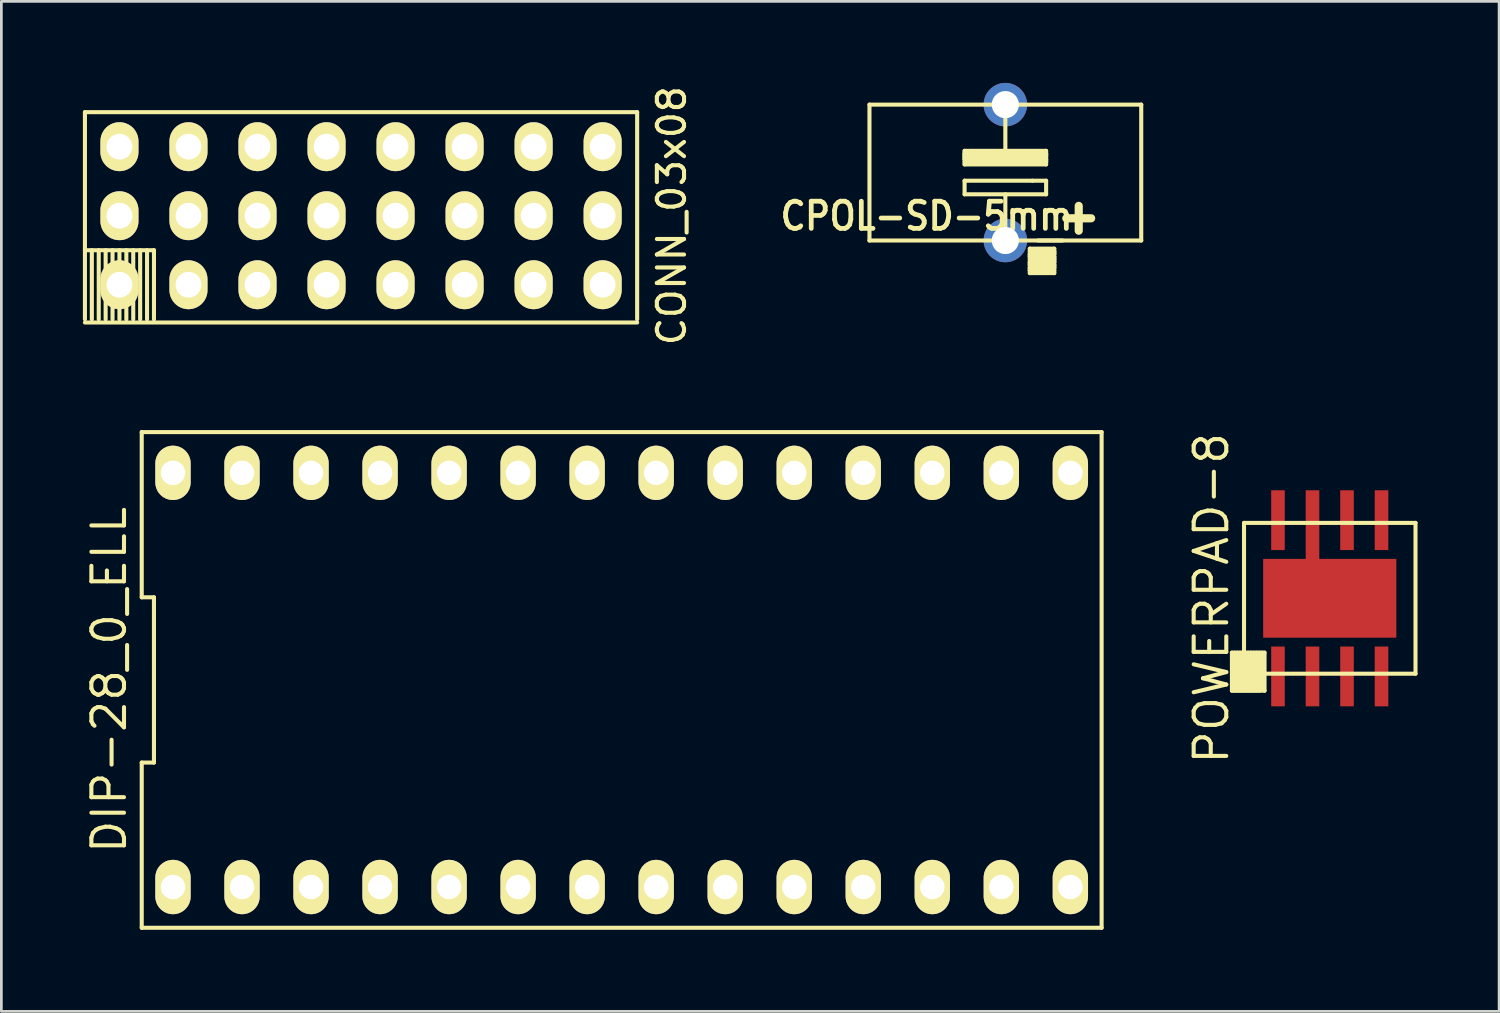
<source format=kicad_pcb>
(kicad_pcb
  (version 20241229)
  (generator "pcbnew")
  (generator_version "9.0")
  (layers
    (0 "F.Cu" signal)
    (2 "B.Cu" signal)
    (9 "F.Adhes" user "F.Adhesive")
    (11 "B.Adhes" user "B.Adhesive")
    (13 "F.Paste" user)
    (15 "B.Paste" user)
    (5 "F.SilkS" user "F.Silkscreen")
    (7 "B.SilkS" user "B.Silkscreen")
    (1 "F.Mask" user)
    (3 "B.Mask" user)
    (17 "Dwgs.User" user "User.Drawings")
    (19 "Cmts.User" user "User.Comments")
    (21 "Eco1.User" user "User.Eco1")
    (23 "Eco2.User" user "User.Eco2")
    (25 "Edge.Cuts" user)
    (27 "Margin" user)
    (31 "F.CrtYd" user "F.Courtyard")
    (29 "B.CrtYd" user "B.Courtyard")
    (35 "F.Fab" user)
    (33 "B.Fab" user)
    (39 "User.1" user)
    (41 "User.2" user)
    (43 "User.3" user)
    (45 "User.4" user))
  (footprint "DIP-28_0_ELL"
    (layer "F.Cu")
    (at 19.825 21.969)
    (property "Reference" "DIP-28_0_ELL" (at -18.86 0 90) (layer "F.SilkS") (effects (font (size 1.2 1.2) (thickness 0.15))))
    (attr through_hole)
    (fp_line (start -17.66 -9.12) (end -17.66 -3.04) (stroke (width 0.15) (type solid)) (layer "F.SilkS"))
    (fp_line (start -17.66 -3.04) (end -17.21 -3.04) (stroke (width 0.15) (type solid)) (layer "F.SilkS"))
    (fp_line (start -17.66 3.04) (end -17.66 9.12) (stroke (width 0.15) (type solid)) (layer "F.SilkS"))
    (fp_line (start -17.66 9.12) (end 17.66 9.12) (stroke (width 0.15) (type solid)) (layer "F.SilkS"))
    (fp_line (start -17.21 -3.04) (end -17.21 3.04) (stroke (width 0.15) (type solid)) (layer "F.SilkS"))
    (fp_line (start -17.21 3.04) (end -17.66 3.04) (stroke (width 0.15) (type solid)) (layer "F.SilkS"))
    (fp_line (start 17.66 -9.12) (end -17.66 -9.12) (stroke (width 0.15) (type solid)) (layer "F.SilkS"))
    (fp_line (start 17.66 9.12) (end 17.66 -9.12) (stroke (width 0.15) (type solid)) (layer "F.SilkS"))
    (pad "1" thru_hole oval (at -16.51 7.62) (size 1.3 2) (drill 0.9) (layers "*.Cu" "*.Mask" "F.SilkS"))
    (pad "2" thru_hole oval (at -13.97 7.62) (size 1.3 2) (drill 0.9) (layers "*.Cu" "*.Mask" "F.SilkS"))
    (pad "3" thru_hole oval (at -11.43 7.62) (size 1.3 2) (drill 0.9) (layers "*.Cu" "*.Mask" "F.SilkS"))
    (pad "4" thru_hole oval (at -8.89 7.62) (size 1.3 2) (drill 0.9) (layers "*.Cu" "*.Mask" "F.SilkS"))
    (pad "5" thru_hole oval (at -6.35 7.62) (size 1.3 2) (drill 0.9) (layers "*.Cu" "*.Mask" "F.SilkS"))
    (pad "6" thru_hole oval (at -3.81 7.62) (size 1.3 2) (drill 0.9) (layers "*.Cu" "*.Mask" "F.SilkS"))
    (pad "7" thru_hole oval (at -1.27 7.62) (size 1.3 2) (drill 0.9) (layers "*.Cu" "*.Mask" "F.SilkS"))
    (pad "8" thru_hole oval (at 1.27 7.62) (size 1.3 2) (drill 0.9) (layers "*.Cu" "*.Mask" "F.SilkS"))
    (pad "9" thru_hole oval (at 3.81 7.62) (size 1.3 2) (drill 0.9) (layers "*.Cu" "*.Mask" "F.SilkS"))
    (pad "10" thru_hole oval (at 6.35 7.62) (size 1.3 2) (drill 0.9) (layers "*.Cu" "*.Mask" "F.SilkS"))
    (pad "11" thru_hole oval (at 8.89 7.62) (size 1.3 2) (drill 0.9) (layers "*.Cu" "*.Mask" "F.SilkS"))
    (pad "12" thru_hole oval (at 11.43 7.62) (size 1.3 2) (drill 0.9) (layers "*.Cu" "*.Mask" "F.SilkS"))
    (pad "13" thru_hole oval (at 13.97 7.62) (size 1.3 2) (drill 0.9) (layers "*.Cu" "*.Mask" "F.SilkS"))
    (pad "14" thru_hole oval (at 16.51 7.62) (size 1.3 2) (drill 0.9) (layers "*.Cu" "*.Mask" "F.SilkS"))
    (pad "15" thru_hole oval (at 16.51 -7.62) (size 1.3 2) (drill 0.9) (layers "*.Cu" "*.Mask" "F.SilkS"))
    (pad "16" thru_hole oval (at 13.97 -7.62) (size 1.3 2) (drill 0.9) (layers "*.Cu" "*.Mask" "F.SilkS"))
    (pad "17" thru_hole oval (at 11.43 -7.62) (size 1.3 2) (drill 0.9) (layers "*.Cu" "*.Mask" "F.SilkS"))
    (pad "18" thru_hole oval (at 8.89 -7.62) (size 1.3 2) (drill 0.9) (layers "*.Cu" "*.Mask" "F.SilkS"))
    (pad "19" thru_hole oval (at 6.35 -7.62) (size 1.3 2) (drill 0.9) (layers "*.Cu" "*.Mask" "F.SilkS"))
    (pad "20" thru_hole oval (at 3.81 -7.62) (size 1.3 2) (drill 0.9) (layers "*.Cu" "*.Mask" "F.SilkS"))
    (pad "21" thru_hole oval (at 1.27 -7.62) (size 1.3 2) (drill 0.9) (layers "*.Cu" "*.Mask" "F.SilkS"))
    (pad "22" thru_hole oval (at -1.27 -7.62) (size 1.3 2) (drill 0.9) (layers "*.Cu" "*.Mask" "F.SilkS"))
    (pad "23" thru_hole oval (at -3.81 -7.62) (size 1.3 2) (drill 0.9) (layers "*.Cu" "*.Mask" "F.SilkS"))
    (pad "24" thru_hole oval (at -6.35 -7.62) (size 1.3 2) (drill 0.9) (layers "*.Cu" "*.Mask" "F.SilkS"))
    (pad "25" thru_hole oval (at -8.89 -7.62) (size 1.3 2) (drill 0.9) (layers "*.Cu" "*.Mask" "F.SilkS"))
    (pad "26" thru_hole oval (at -11.43 -7.62) (size 1.3 2) (drill 0.9) (layers "*.Cu" "*.Mask" "F.SilkS"))
    (pad "27" thru_hole oval (at -13.97 -7.62) (size 1.3 2) (drill 0.9) (layers "*.Cu" "*.Mask" "F.SilkS"))
    (pad "28" thru_hole oval (at -16.51 -7.62) (size 1.3 2) (drill 0.9) (layers "*.Cu" "*.Mask" "F.SilkS")))
  (footprint "POWERPAD-8"
    (layer "F.Cu")
    (at 45.88 18.965)
    (property "Reference" "POWERPAD-8" (at -4.355 0 90) (layer "F.SilkS") (effects (font (size 1.2 1.2) (thickness 0.15))))
    (attr through_hole)
    (fp_line (start -3.6 2) (end -3.6 3.4) (stroke (width 0.15) (type solid)) (layer "F.SilkS"))
    (fp_line (start -3.6 3.4) (end -2.4 3.4) (stroke (width 0.15) (type solid)) (layer "F.SilkS"))
    (fp_line (start -3.5 2) (end -3.5 3.4) (stroke (width 0.15) (type solid)) (layer "F.SilkS"))
    (fp_line (start -3.4 2) (end -3.4 3.4) (stroke (width 0.15) (type solid)) (layer "F.SilkS"))
    (fp_line (start -3.3 2) (end -3.3 3.4) (stroke (width 0.15) (type solid)) (layer "F.SilkS"))
    (fp_line (start -3.2 2) (end -3.2 3.4) (stroke (width 0.15) (type solid)) (layer "F.SilkS"))
    (fp_line (start -3.155 -2.775) (end -3.155 2.775) (stroke (width 0.15) (type solid)) (layer "F.SilkS"))
    (fp_line (start -3.155 2.775) (end 3.155 2.775) (stroke (width 0.15) (type solid)) (layer "F.SilkS"))
    (fp_line (start -3.1 2) (end -3.1 3.4) (stroke (width 0.15) (type solid)) (layer "F.SilkS"))
    (fp_line (start -3 2) (end -3 3.4) (stroke (width 0.15) (type solid)) (layer "F.SilkS"))
    (fp_line (start -2.9 2) (end -2.9 3.4) (stroke (width 0.15) (type solid)) (layer "F.SilkS"))
    (fp_line (start -2.8 2) (end -2.8 3.4) (stroke (width 0.15) (type solid)) (layer "F.SilkS"))
    (fp_line (start -2.7 2) (end -2.7 3.4) (stroke (width 0.15) (type solid)) (layer "F.SilkS"))
    (fp_line (start -2.6 2) (end -2.6 3.4) (stroke (width 0.15) (type solid)) (layer "F.SilkS"))
    (fp_line (start -2.5 2) (end -2.5 3.3) (stroke (width 0.15) (type solid)) (layer "F.SilkS"))
    (fp_line (start -2.4 2) (end -3.6 2) (stroke (width 0.15) (type solid)) (layer "F.SilkS"))
    (fp_line (start -2.4 3.4) (end -2.4 2) (stroke (width 0.15) (type solid)) (layer "F.SilkS"))
    (fp_line (start 3.155 -2.775) (end -3.155 -2.775) (stroke (width 0.15) (type solid)) (layer "F.SilkS"))
    (fp_line (start 3.155 2.775) (end 3.155 -2.775) (stroke (width 0.15) (type solid)) (layer "F.SilkS"))
    (pad "1" smd rect (at -1.905 2.875) (size 0.5 2.2) (layers "F.Cu" "F.Mask" "F.Paste"))
    (pad "2" smd rect (at -0.635 2.875) (size 0.5 2.2) (layers "F.Cu" "F.Mask" "F.Paste"))
    (pad "3" smd rect (at 0.635 2.875) (size 0.5 2.2) (layers "F.Cu" "F.Mask" "F.Paste"))
    (pad "4" smd rect (at 1.905 2.875) (size 0.5 2.2) (layers "F.Cu" "F.Mask" "F.Paste"))
    (pad "5" smd rect (at 1.905 -2.875) (size 0.5 2.2) (layers "F.Cu" "F.Mask" "F.Paste"))
    (pad "6" smd rect (at 0.635 -2.875) (size 0.5 2.2) (layers "F.Cu" "F.Mask" "F.Paste"))
    (pad "7" smd rect (at -0.635 -2.7) (size 0.5 2.55) (layers "F.Cu" "F.Mask" "F.Paste"))
    (pad "7" smd rect (at 0 0) (size 3.1 2.4) (layers "F.Cu" "F.Paste"))
    (pad "7" smd rect (at 0 0) (size 4.9 2.9) (layers "F.Cu" "F.Mask"))
    (pad "8" smd rect (at -1.905 -2.875) (size 0.5 2.2) (layers "F.Cu" "F.Mask" "F.Paste")))
  (footprint "CONN_03x08"
    (layer "F.Cu")
    (at 11.505 4.887)
    (property "Reference" "CONN_03x08" (at 10.16 0 90) (layer "F.SilkS") (effects (font (size 1 1) (thickness 0.15))))
    (attr through_hole)
    (fp_line (start -11.43 -3.81) (end 8.89 -3.81) (stroke (width 0.15) (type solid)) (layer "F.SilkS"))
    (fp_line (start -11.43 1.27) (end -8.89 1.27) (stroke (width 0.15) (type solid)) (layer "F.SilkS"))
    (fp_line (start -11.43 3.81) (end -11.43 -3.81) (stroke (width 0.15) (type solid)) (layer "F.SilkS"))
    (fp_line (start -11.176 1.27) (end -11.176 3.81) (stroke (width 0.15) (type solid)) (layer "F.SilkS"))
    (fp_line (start -10.922 1.27) (end -10.922 3.81) (stroke (width 0.15) (type solid)) (layer "F.SilkS"))
    (fp_line (start -10.668 1.27) (end -10.668 3.81) (stroke (width 0.15) (type solid)) (layer "F.SilkS"))
    (fp_line (start -10.414 1.27) (end -10.414 3.81) (stroke (width 0.15) (type solid)) (layer "F.SilkS"))
    (fp_line (start -10.16 1.27) (end -10.16 3.81) (stroke (width 0.15) (type solid)) (layer "F.SilkS"))
    (fp_line (start -9.906 1.27) (end -9.906 3.81) (stroke (width 0.15) (type solid)) (layer "F.SilkS"))
    (fp_line (start -9.652 1.27) (end -9.652 3.81) (stroke (width 0.15) (type solid)) (layer "F.SilkS"))
    (fp_line (start -9.398 1.27) (end -9.398 3.81) (stroke (width 0.15) (type solid)) (layer "F.SilkS"))
    (fp_line (start -9.144 1.27) (end -9.144 3.81) (stroke (width 0.15) (type solid)) (layer "F.SilkS"))
    (fp_line (start -8.89 1.27) (end -8.89 3.81) (stroke (width 0.15) (type solid)) (layer "F.SilkS"))
    (fp_line (start 8.89 -3.81) (end 8.89 3.81) (stroke (width 0.15) (type solid)) (layer "F.SilkS"))
    (fp_line (start 8.89 3.93) (end -11.43 3.93) (stroke (width 0.15) (type solid)) (layer "F.SilkS"))
    (pad "1" thru_hole oval (at -10.16 2.54) (size 1.4 1.8) (drill 0.95) (layers "*.Cu" "*.Mask" "F.SilkS"))
    (pad "2" thru_hole oval (at -7.62 2.54) (size 1.4 1.8) (drill 0.95) (layers "*.Cu" "*.Mask" "F.SilkS"))
    (pad "3" thru_hole oval (at -5.08 2.54) (size 1.4 1.8) (drill 0.95) (layers "*.Cu" "*.Mask" "F.SilkS"))
    (pad "4" thru_hole oval (at -2.54 2.54) (size 1.4 1.8) (drill 0.95) (layers "*.Cu" "*.Mask" "F.SilkS"))
    (pad "5" thru_hole oval (at 0 2.54) (size 1.4 1.8) (drill 0.95) (layers "*.Cu" "*.Mask" "F.SilkS"))
    (pad "6" thru_hole oval (at 2.54 2.54) (size 1.4 1.8) (drill 0.95) (layers "*.Cu" "*.Mask" "F.SilkS"))
    (pad "7" thru_hole oval (at 5.08 2.54) (size 1.4 1.8) (drill 0.95) (layers "*.Cu" "*.Mask" "F.SilkS"))
    (pad "8" thru_hole oval (at 7.62 2.54) (size 1.4 1.8) (drill 0.95) (layers "*.Cu" "*.Mask" "F.SilkS"))
    (pad "9" thru_hole oval (at -10.16 0) (size 1.4 1.8) (drill 0.95) (layers "*.Cu" "*.Mask" "F.SilkS"))
    (pad "10" thru_hole oval (at -7.62 0) (size 1.4 1.8) (drill 0.95) (layers "*.Cu" "*.Mask" "F.SilkS"))
    (pad "11" thru_hole oval (at -5.08 0) (size 1.4 1.8) (drill 0.95) (layers "*.Cu" "*.Mask" "F.SilkS"))
    (pad "12" thru_hole oval (at -2.54 0) (size 1.4 1.8) (drill 0.95) (layers "*.Cu" "*.Mask" "F.SilkS"))
    (pad "13" thru_hole oval (at 0 0) (size 1.4 1.8) (drill 0.95) (layers "*.Cu" "*.Mask" "F.SilkS"))
    (pad "14" thru_hole oval (at 2.54 0) (size 1.4 1.8) (drill 0.95) (layers "*.Cu" "*.Mask" "F.SilkS"))
    (pad "15" thru_hole oval (at 5.08 0) (size 1.4 1.8) (drill 0.95) (layers "*.Cu" "*.Mask" "F.SilkS"))
    (pad "16" thru_hole oval (at 7.62 0) (size 1.4 1.8) (drill 0.95) (layers "*.Cu" "*.Mask" "F.SilkS"))
    (pad "17" thru_hole oval (at -10.16 -2.54) (size 1.4 1.8) (drill 0.95) (layers "*.Cu" "*.Mask" "F.SilkS"))
    (pad "18" thru_hole oval (at -7.62 -2.54) (size 1.4 1.8) (drill 0.95) (layers "*.Cu" "*.Mask" "F.SilkS"))
    (pad "19" thru_hole oval (at -5.08 -2.54) (size 1.4 1.8) (drill 0.95) (layers "*.Cu" "*.Mask" "F.SilkS"))
    (pad "20" thru_hole oval (at -2.54 -2.54) (size 1.4 1.8) (drill 0.95) (layers "*.Cu" "*.Mask" "F.SilkS"))
    (pad "21" thru_hole oval (at 0 -2.54) (size 1.4 1.8) (drill 0.95) (layers "*.Cu" "*.Mask" "F.SilkS"))
    (pad "22" thru_hole oval (at 2.54 -2.54) (size 1.4 1.8) (drill 0.95) (layers "*.Cu" "*.Mask" "F.SilkS"))
    (pad "23" thru_hole oval (at 5.08 -2.54) (size 1.4 1.8) (drill 0.95) (layers "*.Cu" "*.Mask" "F.SilkS"))
    (pad "24" thru_hole oval (at 7.62 -2.54) (size 1.4 1.8) (drill 0.95) (layers "*.Cu" "*.Mask" "F.SilkS")))
  (footprint "CPOL-SD-5mm"
    (layer "F.Cu")
    (at 33.943 3.3)
    (property "Reference" "CPOL-SD-5mm" (at -2.9 1.6 0) (layer "F.SilkS") (effects (font (size 1 0.9) (thickness 0.175))))
    (attr through_hole)
    (fp_line (start -5 -2.5) (end 5 -2.5) (stroke (width 0.15) (type solid)) (layer "F.SilkS"))
    (fp_line (start -5 2.5) (end -5 -2.5) (stroke (width 0.15) (type solid)) (layer "F.SilkS"))
    (fp_line (start -1.5 -0.8) (end -1.5 -0.3) (stroke (width 0.15) (type solid)) (layer "F.SilkS"))
    (fp_line (start -1.5 -0.7) (end 1.5 -0.7) (stroke (width 0.15) (type solid)) (layer "F.SilkS"))
    (fp_line (start -1.5 -0.5) (end -1.5 -0.7) (stroke (width 0.15) (type solid)) (layer "F.SilkS"))
    (fp_line (start -1.5 -0.4) (end 1.5 -0.4) (stroke (width 0.15) (type solid)) (layer "F.SilkS"))
    (fp_line (start -1.5 -0.3) (end 1.5 -0.3) (stroke (width 0.15) (type solid)) (layer "F.SilkS"))
    (fp_line (start -1.5 0.3) (end -1.5 0.8) (stroke (width 0.15) (type solid)) (layer "F.SilkS"))
    (fp_line (start -1.5 0.8) (end 1.5 0.8) (stroke (width 0.15) (type solid)) (layer "F.SilkS"))
    (fp_line (start 0 -0.8) (end 0 -2) (stroke (width 0.15) (type solid)) (layer "F.SilkS"))
    (fp_line (start 0 0.8) (end 0 2) (stroke (width 0.15) (type solid)) (layer "F.SilkS"))
    (fp_line (start 0.9 2.8) (end 0.9 3.7) (stroke (width 0.15) (type solid)) (layer "F.SilkS"))
    (fp_line (start 0.9 2.8) (end 1.8 2.8) (stroke (width 0.15) (type solid)) (layer "F.SilkS"))
    (fp_line (start 0.9 2.9) (end 1.8 2.9) (stroke (width 0.15) (type solid)) (layer "F.SilkS"))
    (fp_line (start 0.9 3) (end 0.9 3.1) (stroke (width 0.15) (type solid)) (layer "F.SilkS"))
    (fp_line (start 0.9 3.1) (end 1.8 3.1) (stroke (width 0.15) (type solid)) (layer "F.SilkS"))
    (fp_line (start 0.9 3.3) (end 0.9 3.4) (stroke (width 0.15) (type solid)) (layer "F.SilkS"))
    (fp_line (start 0.9 3.4) (end 1.8 3.4) (stroke (width 0.15) (type solid)) (layer "F.SilkS"))
    (fp_line (start 0.9 3.5) (end 0.9 3.6) (stroke (width 0.15) (type solid)) (layer "F.SilkS"))
    (fp_line (start 0.9 3.6) (end 1.8 3.6) (stroke (width 0.15) (type solid)) (layer "F.SilkS"))
    (fp_line (start 0.9 3.7) (end 1.8 3.7) (stroke (width 0.15) (type solid)) (layer "F.SilkS"))
    (fp_line (start 1 0.3) (end -1.5 0.3) (stroke (width 0.15) (type solid)) (layer "F.SilkS"))
    (fp_line (start 1 0.3) (end 1.5 0.3) (stroke (width 0.15) (type solid)) (layer "F.SilkS"))
    (fp_line (start 1.5 -0.8) (end -1.5 -0.8) (stroke (width 0.15) (type solid)) (layer "F.SilkS"))
    (fp_line (start 1.5 -0.7) (end 1.5 -0.6) (stroke (width 0.15) (type solid)) (layer "F.SilkS"))
    (fp_line (start 1.5 -0.6) (end -1.5 -0.6) (stroke (width 0.15) (type solid)) (layer "F.SilkS"))
    (fp_line (start 1.5 -0.5) (end -1.5 -0.5) (stroke (width 0.15) (type solid)) (layer "F.SilkS"))
    (fp_line (start 1.5 -0.4) (end 1.5 -0.5) (stroke (width 0.15) (type solid)) (layer "F.SilkS"))
    (fp_line (start 1.5 -0.3) (end 1.5 -0.8) (stroke (width 0.15) (type solid)) (layer "F.SilkS"))
    (fp_line (start 1.5 0.3) (end 1.5 0.8) (stroke (width 0.15) (type solid)) (layer "F.SilkS"))
    (fp_line (start 1.8 2.9) (end 1.8 3) (stroke (width 0.15) (type solid)) (layer "F.SilkS"))
    (fp_line (start 1.8 3) (end 0.9 3) (stroke (width 0.15) (type solid)) (layer "F.SilkS"))
    (fp_line (start 1.8 3.1) (end 1.8 3.3) (stroke (width 0.15) (type solid)) (layer "F.SilkS"))
    (fp_line (start 1.8 3.2) (end 0.9 3.2) (stroke (width 0.15) (type solid)) (layer "F.SilkS"))
    (fp_line (start 1.8 3.3) (end 0.9 3.3) (stroke (width 0.15) (type solid)) (layer "F.SilkS"))
    (fp_line (start 1.8 3.4) (end 1.8 3.5) (stroke (width 0.15) (type solid)) (layer "F.SilkS"))
    (fp_line (start 1.8 3.5) (end 0.9 3.5) (stroke (width 0.15) (type solid)) (layer "F.SilkS"))
    (fp_line (start 1.8 3.7) (end 1.8 2.8) (stroke (width 0.15) (type solid)) (layer "F.SilkS"))
    (fp_line (start 2.1 2.5) (end 1.2 2.5) (stroke (width 0.15) (type solid)) (layer "F.SilkS"))
    (fp_line (start 5 -2.5) (end 5 2.5) (stroke (width 0.15) (type solid)) (layer "F.SilkS"))
    (fp_line (start 5 2.5) (end -5 2.5) (stroke (width 0.15) (type solid)) (layer "F.SilkS"))
    (fp_text user "+" (at 2.7 1.6 0) (layer "F.SilkS") (effects (font (size 1.2 1.2) (thickness 0.3))))
    (pad "1" thru_hole circle (at 0 2.5) (size 1.6 1.6) (drill 1) (layers "*.Cu" "*.Mask"))
    (pad "2" thru_hole circle (at 0 -2.5) (size 1.6 1.6) (drill 1) (layers "*.Cu" "*.Mask")))
  (gr_rect
    (start -3 -3)
    (end 52.111 34.164)
    (stroke (width 0.1) (type default))
    (fill no)
    (layer "Edge.Cuts")))
</source>
